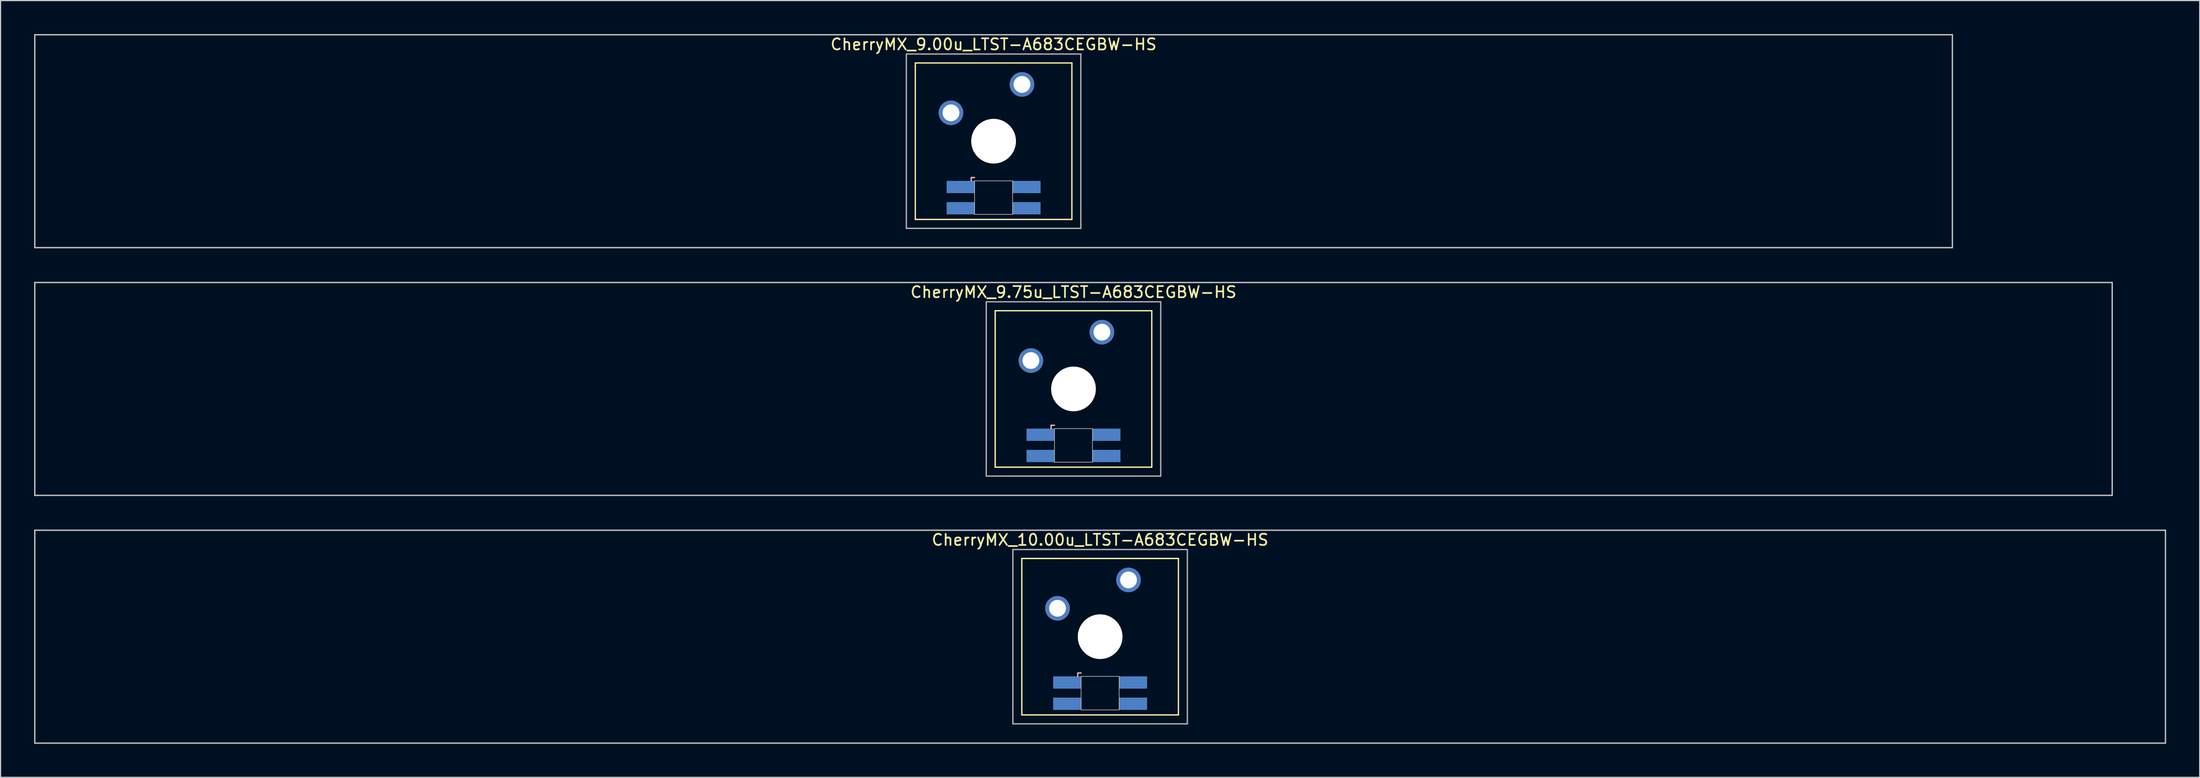
<source format=kicad_pcb>
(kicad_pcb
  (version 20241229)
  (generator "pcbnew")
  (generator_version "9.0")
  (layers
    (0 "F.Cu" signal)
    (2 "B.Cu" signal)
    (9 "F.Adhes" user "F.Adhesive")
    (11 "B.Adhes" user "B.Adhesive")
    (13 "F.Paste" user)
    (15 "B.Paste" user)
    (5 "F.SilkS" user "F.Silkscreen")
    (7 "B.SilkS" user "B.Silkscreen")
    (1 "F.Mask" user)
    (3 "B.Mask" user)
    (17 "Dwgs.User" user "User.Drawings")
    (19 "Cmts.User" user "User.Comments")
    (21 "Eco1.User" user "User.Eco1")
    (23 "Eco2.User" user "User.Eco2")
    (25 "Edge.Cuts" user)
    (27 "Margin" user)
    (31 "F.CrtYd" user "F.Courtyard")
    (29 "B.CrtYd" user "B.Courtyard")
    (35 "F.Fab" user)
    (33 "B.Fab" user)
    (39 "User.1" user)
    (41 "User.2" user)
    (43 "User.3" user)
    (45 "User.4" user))
  (footprint "CherryMX_9.75u_LTST-A683CEGBW-HS"
    (layer "F.Cu")
    (at 92.929 31.755)
    (property "Reference" "CherryMX_9.75u_LTST-A683CEGBW-HS" (at 0 -8.662 0) (layer "F.SilkS") (effects (font (size 1 1) (thickness 0.15))))
    (attr through_hole)
    (fp_line (start -7 -7) (end -7 7) (stroke (width 0.12) (type solid)) (layer "F.SilkS"))
    (fp_line (start -7 -7) (end 7 -7) (stroke (width 0.12) (type solid)) (layer "F.SilkS"))
    (fp_line (start 7 -7) (end 7 7) (stroke (width 0.12) (type solid)) (layer "F.SilkS"))
    (fp_line (start 7 7) (end -7 7) (stroke (width 0.12) (type solid)) (layer "F.SilkS"))
    (fp_line (start -2 3.25) (end -2 3.55) (stroke (width 0.12) (type solid)) (layer "B.SilkS"))
    (fp_line (start -1.7 3.25) (end -2 3.25) (stroke (width 0.12) (type solid)) (layer "B.SilkS"))
    (fp_line (start -92.869 -9.525) (end 92.869 -9.525) (stroke (width 0.12) (type solid)) (layer "Dwgs.User"))
    (fp_line (start -92.869 9.525) (end -92.869 -9.525) (stroke (width 0.12) (type solid)) (layer "Dwgs.User"))
    (fp_line (start 92.869 -9.525) (end 92.869 9.525) (stroke (width 0.12) (type solid)) (layer "Dwgs.User"))
    (fp_line (start 92.869 9.525) (end -92.869 9.525) (stroke (width 0.12) (type solid)) (layer "Dwgs.User"))
    (fp_line (start -1.7 3.55) (end 1.7 3.55) (stroke (width 0.05) (type solid)) (layer "Edge.Cuts"))
    (fp_line (start -1.7 6.55) (end -1.7 3.55) (stroke (width 0.05) (type solid)) (layer "Edge.Cuts"))
    (fp_line (start 1.7 3.55) (end 1.7 6.55) (stroke (width 0.05) (type solid)) (layer "Edge.Cuts"))
    (fp_line (start 1.7 6.55) (end -1.7 6.55) (stroke (width 0.05) (type solid)) (layer "Edge.Cuts"))
    (fp_line (start -7.8 -7.8) (end -7.8 7.8) (stroke (width 0.12) (type solid)) (layer "F.Fab"))
    (fp_line (start -7.8 -7.8) (end 7.8 -7.8) (stroke (width 0.12) (type solid)) (layer "F.Fab"))
    (fp_line (start -7.8 7.8) (end 7.8 7.8) (stroke (width 0.12) (type solid)) (layer "F.Fab"))
    (fp_line (start 7.8 -7.8) (end 7.8 7.8) (stroke (width 0.12) (type solid)) (layer "F.Fab"))
    (pad "" np_thru_hole circle (at 0 0) (size 4 4) (drill 4) (layers "*.Cu" "*.Mask"))
    (pad "1" thru_hole circle (at -3.81 -2.54) (size 2.2 2.2) (drill 1.5) (layers "*.Cu" "*.Mask"))
    (pad "2" thru_hole circle (at 2.54 -5.08) (size 2.2 2.2) (drill 1.5) (layers "*.Cu" "*.Mask"))
    (pad "3" smd rect (at -2.95 4.1) (size 2.5 1.1) (layers "B.Cu" "B.Mask" "B.Paste"))
    (pad "4" smd rect (at -2.95 6) (size 2.5 1.1) (layers "B.Cu" "B.Mask" "B.Paste"))
    (pad "5" smd rect (at 2.95 4.1) (size 2.5 1.1) (layers "B.Cu" "B.Mask" "B.Paste"))
    (pad "6" smd rect (at 2.95 6) (size 2.5 1.1) (layers "B.Cu" "B.Mask" "B.Paste")))
  (footprint "CherryMX_9.00u_LTST-A683CEGBW-HS"
    (layer "F.Cu")
    (at 85.785 9.585)
    (property "Reference" "CherryMX_9.00u_LTST-A683CEGBW-HS" (at 0 -8.662 0) (layer "F.SilkS") (effects (font (size 1 1) (thickness 0.15))))
    (attr through_hole)
    (fp_line (start -7 -7) (end -7 7) (stroke (width 0.12) (type solid)) (layer "F.SilkS"))
    (fp_line (start -7 -7) (end 7 -7) (stroke (width 0.12) (type solid)) (layer "F.SilkS"))
    (fp_line (start 7 -7) (end 7 7) (stroke (width 0.12) (type solid)) (layer "F.SilkS"))
    (fp_line (start 7 7) (end -7 7) (stroke (width 0.12) (type solid)) (layer "F.SilkS"))
    (fp_line (start -2 3.25) (end -2 3.55) (stroke (width 0.12) (type solid)) (layer "B.SilkS"))
    (fp_line (start -1.7 3.25) (end -2 3.25) (stroke (width 0.12) (type solid)) (layer "B.SilkS"))
    (fp_line (start -85.725 -9.525) (end 85.725 -9.525) (stroke (width 0.12) (type solid)) (layer "Dwgs.User"))
    (fp_line (start -85.725 9.525) (end -85.725 -9.525) (stroke (width 0.12) (type solid)) (layer "Dwgs.User"))
    (fp_line (start 85.725 -9.525) (end 85.725 9.525) (stroke (width 0.12) (type solid)) (layer "Dwgs.User"))
    (fp_line (start 85.725 9.525) (end -85.725 9.525) (stroke (width 0.12) (type solid)) (layer "Dwgs.User"))
    (fp_line (start -1.7 3.55) (end 1.7 3.55) (stroke (width 0.05) (type solid)) (layer "Edge.Cuts"))
    (fp_line (start -1.7 6.55) (end -1.7 3.55) (stroke (width 0.05) (type solid)) (layer "Edge.Cuts"))
    (fp_line (start 1.7 3.55) (end 1.7 6.55) (stroke (width 0.05) (type solid)) (layer "Edge.Cuts"))
    (fp_line (start 1.7 6.55) (end -1.7 6.55) (stroke (width 0.05) (type solid)) (layer "Edge.Cuts"))
    (fp_line (start -7.8 -7.8) (end -7.8 7.8) (stroke (width 0.12) (type solid)) (layer "F.Fab"))
    (fp_line (start -7.8 -7.8) (end 7.8 -7.8) (stroke (width 0.12) (type solid)) (layer "F.Fab"))
    (fp_line (start -7.8 7.8) (end 7.8 7.8) (stroke (width 0.12) (type solid)) (layer "F.Fab"))
    (fp_line (start 7.8 -7.8) (end 7.8 7.8) (stroke (width 0.12) (type solid)) (layer "F.Fab"))
    (pad "" np_thru_hole circle (at 0 0) (size 4 4) (drill 4) (layers "*.Cu" "*.Mask"))
    (pad "1" thru_hole circle (at -3.81 -2.54) (size 2.2 2.2) (drill 1.5) (layers "*.Cu" "*.Mask"))
    (pad "2" thru_hole circle (at 2.54 -5.08) (size 2.2 2.2) (drill 1.5) (layers "*.Cu" "*.Mask"))
    (pad "3" smd rect (at -2.95 4.1) (size 2.5 1.1) (layers "B.Cu" "B.Mask" "B.Paste"))
    (pad "4" smd rect (at -2.95 6) (size 2.5 1.1) (layers "B.Cu" "B.Mask" "B.Paste"))
    (pad "5" smd rect (at 2.95 4.1) (size 2.5 1.1) (layers "B.Cu" "B.Mask" "B.Paste"))
    (pad "6" smd rect (at 2.95 6) (size 2.5 1.1) (layers "B.Cu" "B.Mask" "B.Paste")))
  (footprint "CherryMX_10.00u_LTST-A683CEGBW-HS"
    (layer "F.Cu")
    (at 95.31 53.925)
    (property "Reference" "CherryMX_10.00u_LTST-A683CEGBW-HS" (at 0 -8.662 0) (layer "F.SilkS") (effects (font (size 1 1) (thickness 0.15))))
    (attr through_hole)
    (fp_line (start -7 -7) (end -7 7) (stroke (width 0.12) (type solid)) (layer "F.SilkS"))
    (fp_line (start -7 -7) (end 7 -7) (stroke (width 0.12) (type solid)) (layer "F.SilkS"))
    (fp_line (start 7 -7) (end 7 7) (stroke (width 0.12) (type solid)) (layer "F.SilkS"))
    (fp_line (start 7 7) (end -7 7) (stroke (width 0.12) (type solid)) (layer "F.SilkS"))
    (fp_line (start -2 3.25) (end -2 3.55) (stroke (width 0.12) (type solid)) (layer "B.SilkS"))
    (fp_line (start -1.7 3.25) (end -2 3.25) (stroke (width 0.12) (type solid)) (layer "B.SilkS"))
    (fp_line (start -95.25 -9.525) (end 95.25 -9.525) (stroke (width 0.12) (type solid)) (layer "Dwgs.User"))
    (fp_line (start -95.25 9.525) (end -95.25 -9.525) (stroke (width 0.12) (type solid)) (layer "Dwgs.User"))
    (fp_line (start 95.25 -9.525) (end 95.25 9.525) (stroke (width 0.12) (type solid)) (layer "Dwgs.User"))
    (fp_line (start 95.25 9.525) (end -95.25 9.525) (stroke (width 0.12) (type solid)) (layer "Dwgs.User"))
    (fp_line (start -1.7 3.55) (end 1.7 3.55) (stroke (width 0.05) (type solid)) (layer "Edge.Cuts"))
    (fp_line (start -1.7 6.55) (end -1.7 3.55) (stroke (width 0.05) (type solid)) (layer "Edge.Cuts"))
    (fp_line (start 1.7 3.55) (end 1.7 6.55) (stroke (width 0.05) (type solid)) (layer "Edge.Cuts"))
    (fp_line (start 1.7 6.55) (end -1.7 6.55) (stroke (width 0.05) (type solid)) (layer "Edge.Cuts"))
    (fp_line (start -7.8 -7.8) (end -7.8 7.8) (stroke (width 0.12) (type solid)) (layer "F.Fab"))
    (fp_line (start -7.8 -7.8) (end 7.8 -7.8) (stroke (width 0.12) (type solid)) (layer "F.Fab"))
    (fp_line (start -7.8 7.8) (end 7.8 7.8) (stroke (width 0.12) (type solid)) (layer "F.Fab"))
    (fp_line (start 7.8 -7.8) (end 7.8 7.8) (stroke (width 0.12) (type solid)) (layer "F.Fab"))
    (pad "" np_thru_hole circle (at 0 0) (size 4 4) (drill 4) (layers "*.Cu" "*.Mask"))
    (pad "1" thru_hole circle (at -3.81 -2.54) (size 2.2 2.2) (drill 1.5) (layers "*.Cu" "*.Mask"))
    (pad "2" thru_hole circle (at 2.54 -5.08) (size 2.2 2.2) (drill 1.5) (layers "*.Cu" "*.Mask"))
    (pad "3" smd rect (at -2.95 4.1) (size 2.5 1.1) (layers "B.Cu" "B.Mask" "B.Paste"))
    (pad "4" smd rect (at -2.95 6) (size 2.5 1.1) (layers "B.Cu" "B.Mask" "B.Paste"))
    (pad "5" smd rect (at 2.95 4.1) (size 2.5 1.1) (layers "B.Cu" "B.Mask" "B.Paste"))
    (pad "6" smd rect (at 2.95 6) (size 2.5 1.1) (layers "B.Cu" "B.Mask" "B.Paste")))
  (gr_rect
    (start -3 -3)
    (end 193.62 66.51)
    (stroke (width 0.1) (type default))
    (fill no)
    (layer "Edge.Cuts")))
</source>
